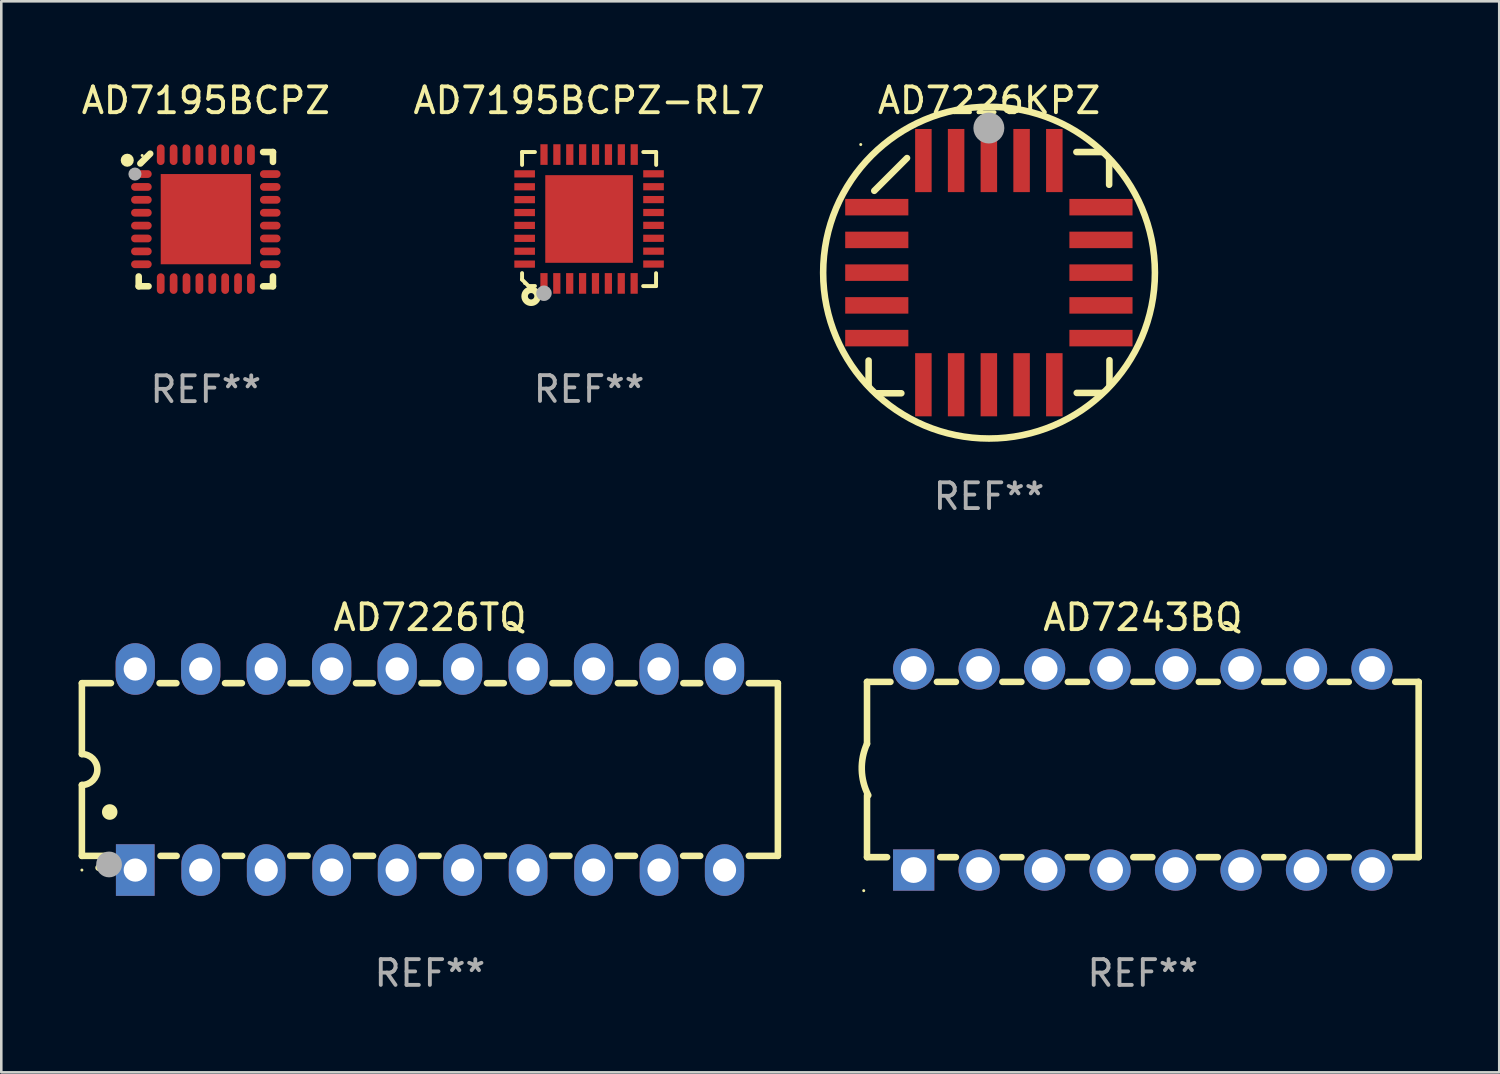
<source format=kicad_pcb>
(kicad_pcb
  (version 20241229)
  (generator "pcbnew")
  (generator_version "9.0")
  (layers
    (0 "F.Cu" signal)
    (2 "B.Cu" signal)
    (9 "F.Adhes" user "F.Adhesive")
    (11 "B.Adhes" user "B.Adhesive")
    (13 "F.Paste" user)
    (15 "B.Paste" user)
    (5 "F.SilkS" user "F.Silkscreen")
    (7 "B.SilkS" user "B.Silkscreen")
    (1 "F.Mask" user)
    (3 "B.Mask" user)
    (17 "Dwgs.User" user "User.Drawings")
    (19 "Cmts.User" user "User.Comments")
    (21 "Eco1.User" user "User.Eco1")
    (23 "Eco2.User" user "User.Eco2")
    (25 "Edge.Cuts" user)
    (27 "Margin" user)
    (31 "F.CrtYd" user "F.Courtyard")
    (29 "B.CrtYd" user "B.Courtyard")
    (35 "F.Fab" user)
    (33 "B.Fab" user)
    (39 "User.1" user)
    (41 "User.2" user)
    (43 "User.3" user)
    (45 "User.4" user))
  (footprint "AD7226TQ"
    (layer "F.Cu")
    (at 13.627 26.803)
    (property "Reference" "AD7226TQ" (at 0 -5.9 0) (layer "F.SilkS") (effects (font (size 1 1) (thickness 0.15))))
    (attr through_hole)
    (fp_line (start -13.5 -3.35) (end -12.373 -3.35) (stroke (width 0.254) (type solid)) (layer "F.SilkS"))
    (fp_line (start -13.5 -0.6) (end -13.5 -3.35) (stroke (width 0.254) (type solid)) (layer "F.SilkS"))
    (fp_line (start -13.5 3.35) (end -13.5 0.6) (stroke (width 0.254) (type solid)) (layer "F.SilkS"))
    (fp_line (start -13.5 3.35) (end -12.411 3.35) (stroke (width 0.254) (type solid)) (layer "F.SilkS"))
    (fp_line (start -10.487 -3.35) (end -9.833 -3.35) (stroke (width 0.254) (type solid)) (layer "F.SilkS"))
    (fp_line (start -10.449 3.35) (end -9.824 3.35) (stroke (width 0.254) (type solid)) (layer "F.SilkS"))
    (fp_line (start -7.956 3.35) (end -7.284 3.35) (stroke (width 0.254) (type solid)) (layer "F.SilkS"))
    (fp_line (start -7.947 -3.35) (end -7.293 -3.35) (stroke (width 0.254) (type solid)) (layer "F.SilkS"))
    (fp_line (start -5.416 3.35) (end -4.744 3.35) (stroke (width 0.254) (type solid)) (layer "F.SilkS"))
    (fp_line (start -5.407 -3.35) (end -4.753 -3.35) (stroke (width 0.254) (type solid)) (layer "F.SilkS"))
    (fp_line (start -2.876 3.35) (end -2.204 3.35) (stroke (width 0.254) (type solid)) (layer "F.SilkS"))
    (fp_line (start -2.867 -3.35) (end -2.213 -3.35) (stroke (width 0.254) (type solid)) (layer "F.SilkS"))
    (fp_line (start -0.336 3.35) (end 0.336 3.35) (stroke (width 0.254) (type solid)) (layer "F.SilkS"))
    (fp_line (start -0.327 -3.35) (end 0.327 -3.35) (stroke (width 0.254) (type solid)) (layer "F.SilkS"))
    (fp_line (start 2.204 3.35) (end 2.876 3.35) (stroke (width 0.254) (type solid)) (layer "F.SilkS"))
    (fp_line (start 2.213 -3.35) (end 2.867 -3.35) (stroke (width 0.254) (type solid)) (layer "F.SilkS"))
    (fp_line (start 4.744 3.35) (end 5.416 3.35) (stroke (width 0.254) (type solid)) (layer "F.SilkS"))
    (fp_line (start 4.753 -3.35) (end 5.407 -3.35) (stroke (width 0.254) (type solid)) (layer "F.SilkS"))
    (fp_line (start 7.284 3.35) (end 7.956 3.35) (stroke (width 0.254) (type solid)) (layer "F.SilkS"))
    (fp_line (start 7.293 -3.35) (end 7.947 -3.35) (stroke (width 0.254) (type solid)) (layer "F.SilkS"))
    (fp_line (start 9.824 3.35) (end 10.487 3.35) (stroke (width 0.254) (type solid)) (layer "F.SilkS"))
    (fp_line (start 9.833 -3.35) (end 10.487 -3.35) (stroke (width 0.254) (type solid)) (layer "F.SilkS"))
    (fp_line (start 12.373 -3.35) (end 13.5 -3.35) (stroke (width 0.254) (type solid)) (layer "F.SilkS"))
    (fp_line (start 12.373 3.35) (end 13.5 3.35) (stroke (width 0.254) (type solid)) (layer "F.SilkS"))
    (fp_line (start 13.5 -3.35) (end 13.5 3.35) (stroke (width 0.254) (type solid)) (layer "F.SilkS"))
    (fp_arc (start -13.500127 -0.599442) (mid -12.900406 0.000228) (end -13.500025 0.6) (stroke (width 0.254001) (type solid)) (layer "F.SilkS"))
    (fp_arc (start -12.854966 3.810008) (mid -12.854973 3.808738) (end -12.854966 3.807468) (stroke (width 0.25) (type solid)) (layer "F.SilkS"))
    (fp_arc (start -12.420625 1.651003) (mid -12.420636 1.648463) (end -12.420625 1.645923) (stroke (width 0.6) (type solid)) (layer "F.SilkS"))
    (fp_circle (center -13.5 3.9) (end -13.47 3.9) (stroke (width 0.06) (type solid)) (fill no) (layer "F.SilkS"))
    (fp_circle (center -12.446 3.683) (end -12.196 3.683) (stroke (width 0.5) (type solid)) (fill no) (layer "F.Fab"))
    (fp_text user "REF**" (at 0 7.9 0) (layer "F.Fab") (effects (font (size 1 1) (thickness 0.15))))
    (pad "1" thru_hole rect (at -11.43 3.9 90) (size 2 1.5) (drill 0.9) (layers "*.Cu" "*.Mask"))
    (pad "2" thru_hole oval (at -8.89 3.9 90) (size 2 1.5) (drill 0.9) (layers "*.Cu" "*.Mask"))
    (pad "3" thru_hole oval (at -6.35 3.9 90) (size 2 1.5) (drill 0.9) (layers "*.Cu" "*.Mask"))
    (pad "4" thru_hole oval (at -3.81 3.9 90) (size 2 1.5) (drill 0.9) (layers "*.Cu" "*.Mask"))
    (pad "5" thru_hole oval (at -1.27 3.9 90) (size 2 1.5) (drill 0.9) (layers "*.Cu" "*.Mask"))
    (pad "6" thru_hole oval (at 1.27 3.9 90) (size 2 1.5) (drill 0.9) (layers "*.Cu" "*.Mask"))
    (pad "7" thru_hole oval (at 3.81 3.9 90) (size 2 1.5) (drill 0.9) (layers "*.Cu" "*.Mask"))
    (pad "8" thru_hole oval (at 6.35 3.9 90) (size 2 1.5) (drill 0.9) (layers "*.Cu" "*.Mask"))
    (pad "9" thru_hole oval (at 8.89 3.9 90) (size 2 1.5) (drill 0.9) (layers "*.Cu" "*.Mask"))
    (pad "10" thru_hole oval (at 11.43 3.9 90) (size 2 1.524) (drill 0.9) (layers "*.Cu" "*.Mask"))
    (pad "11" thru_hole oval (at 11.43 -3.9 90) (size 2 1.524) (drill 0.9) (layers "*.Cu" "*.Mask"))
    (pad "12" thru_hole oval (at 8.89 -3.9 90) (size 2 1.524) (drill 0.9) (layers "*.Cu" "*.Mask"))
    (pad "13" thru_hole oval (at 6.35 -3.9 90) (size 2 1.524) (drill 0.9) (layers "*.Cu" "*.Mask"))
    (pad "14" thru_hole oval (at 3.81 -3.9 90) (size 2 1.524) (drill 0.9) (layers "*.Cu" "*.Mask"))
    (pad "15" thru_hole oval (at 1.27 -3.9 90) (size 2 1.524) (drill 0.9) (layers "*.Cu" "*.Mask"))
    (pad "16" thru_hole oval (at -1.27 -3.9 90) (size 2 1.524) (drill 0.9) (layers "*.Cu" "*.Mask"))
    (pad "17" thru_hole oval (at -3.81 -3.9 90) (size 2 1.524) (drill 0.9) (layers "*.Cu" "*.Mask"))
    (pad "18" thru_hole oval (at -6.35 -3.9 90) (size 2 1.524) (drill 0.9) (layers "*.Cu" "*.Mask"))
    (pad "19" thru_hole oval (at -8.89 -3.9 90) (size 2 1.524) (drill 0.9) (layers "*.Cu" "*.Mask"))
    (pad "20" thru_hole oval (at -11.43 -3.9 90) (size 2 1.524) (drill 0.9) (layers "*.Cu" "*.Mask")))
  (footprint "AD7195BCPZ"
    (layer "F.Cu")
    (at 4.935 5.452)
    (property "Reference" "AD7195BCPZ" (at 0 -4.604 0) (layer "F.SilkS") (effects (font (size 1 1) (thickness 0.15))))
    (attr through_hole)
    (fp_line (start -2.604 2.223) (end -2.604 2.604) (stroke (width 0.254) (type solid)) (layer "F.SilkS"))
    (fp_line (start -2.604 2.604) (end -2.223 2.604) (stroke (width 0.254) (type solid)) (layer "F.SilkS"))
    (fp_line (start -2.159 -2.54) (end -2.54 -2.159) (stroke (width 0.254) (type solid)) (layer "F.SilkS"))
    (fp_line (start 2.223 2.604) (end 2.604 2.604) (stroke (width 0.254) (type solid)) (layer "F.SilkS"))
    (fp_line (start 2.604 -2.604) (end 2.223 -2.604) (stroke (width 0.254) (type solid)) (layer "F.SilkS"))
    (fp_line (start 2.604 -2.223) (end 2.604 -2.604) (stroke (width 0.254) (type solid)) (layer "F.SilkS"))
    (fp_line (start 2.604 2.604) (end 2.604 2.223) (stroke (width 0.254) (type solid)) (layer "F.SilkS"))
    (fp_circle (center -3.048 -2.286) (end -2.921 -2.286) (stroke (width 0.254) (type solid)) (fill no) (layer "F.SilkS"))
    (fp_circle (center -2.47 -2.47) (end -2.44 -2.47) (stroke (width 0.06) (type solid)) (fill no) (layer "F.SilkS"))
    (fp_circle (center -2.75 -1.75) (end -2.623 -1.75) (stroke (width 0.254) (type solid)) (fill no) (layer "F.Fab"))
    (fp_text user "REF**" (at 0 6.604 0) (layer "F.Fab") (effects (font (size 1 1) (thickness 0.15))))
    (pad "1" smd oval (at -2.5 -1.75) (size 0.8 0.3) (layers "F.Cu" "F.Mask" "F.Paste"))
    (pad "2" smd oval (at -2.5 -1.25) (size 0.8 0.3) (layers "F.Cu" "F.Mask" "F.Paste"))
    (pad "3" smd oval (at -2.5 -0.75) (size 0.8 0.3) (layers "F.Cu" "F.Mask" "F.Paste"))
    (pad "4" smd oval (at -2.5 -0.25) (size 0.8 0.3) (layers "F.Cu" "F.Mask" "F.Paste"))
    (pad "5" smd oval (at -2.5 0.25) (size 0.8 0.3) (layers "F.Cu" "F.Mask" "F.Paste"))
    (pad "6" smd oval (at -2.5 0.75) (size 0.8 0.3) (layers "F.Cu" "F.Mask" "F.Paste"))
    (pad "7" smd oval (at -2.5 1.25) (size 0.8 0.3) (layers "F.Cu" "F.Mask" "F.Paste"))
    (pad "8" smd oval (at -2.5 1.75) (size 0.8 0.3) (layers "F.Cu" "F.Mask" "F.Paste"))
    (pad "9" smd oval (at -1.75 2.5) (size 0.3 0.8) (layers "F.Cu" "F.Mask" "F.Paste"))
    (pad "10" smd oval (at -1.25 2.5) (size 0.3 0.8) (layers "F.Cu" "F.Mask" "F.Paste"))
    (pad "11" smd oval (at -0.75 2.5) (size 0.3 0.8) (layers "F.Cu" "F.Mask" "F.Paste"))
    (pad "12" smd oval (at -0.25 2.5) (size 0.3 0.8) (layers "F.Cu" "F.Mask" "F.Paste"))
    (pad "13" smd oval (at 0.25 2.5) (size 0.3 0.8) (layers "F.Cu" "F.Mask" "F.Paste"))
    (pad "14" smd oval (at 0.75 2.5) (size 0.3 0.8) (layers "F.Cu" "F.Mask" "F.Paste"))
    (pad "15" smd oval (at 1.25 2.5) (size 0.3 0.8) (layers "F.Cu" "F.Mask" "F.Paste"))
    (pad "16" smd oval (at 1.75 2.5) (size 0.3 0.8) (layers "F.Cu" "F.Mask" "F.Paste"))
    (pad "17" smd oval (at 2.5 1.75) (size 0.8 0.3) (layers "F.Cu" "F.Mask" "F.Paste"))
    (pad "18" smd oval (at 2.5 1.25) (size 0.8 0.3) (layers "F.Cu" "F.Mask" "F.Paste"))
    (pad "19" smd oval (at 2.5 0.75) (size 0.8 0.3) (layers "F.Cu" "F.Mask" "F.Paste"))
    (pad "20" smd oval (at 2.5 0.25) (size 0.8 0.3) (layers "F.Cu" "F.Mask" "F.Paste"))
    (pad "21" smd oval (at 2.5 -0.25) (size 0.8 0.3) (layers "F.Cu" "F.Mask" "F.Paste"))
    (pad "22" smd oval (at 2.5 -0.75) (size 0.8 0.3) (layers "F.Cu" "F.Mask" "F.Paste"))
    (pad "23" smd oval (at 2.5 -1.25) (size 0.8 0.3) (layers "F.Cu" "F.Mask" "F.Paste"))
    (pad "24" smd oval (at 2.5 -1.75) (size 0.8 0.3) (layers "F.Cu" "F.Mask" "F.Paste"))
    (pad "25" smd oval (at 1.75 -2.5) (size 0.3 0.8) (layers "F.Cu" "F.Mask" "F.Paste"))
    (pad "26" smd oval (at 1.25 -2.5) (size 0.3 0.8) (layers "F.Cu" "F.Mask" "F.Paste"))
    (pad "27" smd oval (at 0.75 -2.5) (size 0.3 0.8) (layers "F.Cu" "F.Mask" "F.Paste"))
    (pad "28" smd oval (at 0.25 -2.5) (size 0.3 0.8) (layers "F.Cu" "F.Mask" "F.Paste"))
    (pad "29" smd oval (at -0.25 -2.5) (size 0.3 0.8) (layers "F.Cu" "F.Mask" "F.Paste"))
    (pad "30" smd oval (at -0.75 -2.5) (size 0.3 0.8) (layers "F.Cu" "F.Mask" "F.Paste"))
    (pad "31" smd oval (at -1.25 -2.5) (size 0.3 0.8) (layers "F.Cu" "F.Mask" "F.Paste"))
    (pad "32" smd oval (at -1.75 -2.5) (size 0.3 0.8) (layers "F.Cu" "F.Mask" "F.Paste"))
    (pad "33" smd rect (at 0.000102 -0.000025) (size 3.5 3.5) (layers "F.Cu" "F.Mask" "F.Paste")))
  (footprint "AD7195BCPZ-RL7"
    (layer "F.Cu")
    (at 19.804 5.448)
    (property "Reference" "AD7195BCPZ-RL7" (at 0 -4.6 0) (layer "F.SilkS") (effects (font (size 1 1) (thickness 0.15))))
    (attr through_hole)
    (fp_line (start -2.601 2.097) (end -2.601 2.347) (stroke (width 0.152) (type solid)) (layer "F.SilkS"))
    (fp_line (start -2.601 2.347) (end -2.351 2.597) (stroke (width 0.152) (type solid)) (layer "F.SilkS"))
    (fp_line (start -2.601 -2.6) (end -2.601 -2.1) (stroke (width 0.152) (type solid)) (layer "F.SilkS"))
    (fp_line (start -2.601 -2.6) (end -2.101 -2.6) (stroke (width 0.152) (type solid)) (layer "F.SilkS"))
    (fp_line (start -2.351 2.597) (end -2.101 2.597) (stroke (width 0.152) (type solid)) (layer "F.SilkS"))
    (fp_line (start 2.597 2.6) (end 2.097 2.6) (stroke (width 0.152) (type solid)) (layer "F.SilkS"))
    (fp_line (start 2.597 2.6) (end 2.597 2.1) (stroke (width 0.152) (type solid)) (layer "F.SilkS"))
    (fp_line (start 2.601 -2.6) (end 2.101 -2.6) (stroke (width 0.152) (type solid)) (layer "F.SilkS"))
    (fp_line (start 2.601 -2.6) (end 2.601 -2.1) (stroke (width 0.152) (type solid)) (layer "F.SilkS"))
    (fp_circle (center -2.501 2.497) (end -2.471 2.497) (stroke (width 0.06) (type solid)) (fill no) (layer "F.SilkS"))
    (fp_circle (center -2.25 2.995) (end -2.125 2.995) (stroke (width 0.254) (type solid)) (fill no) (layer "F.SilkS"))
    (fp_circle (center -1.751 2.878) (end -1.601 2.878) (stroke (width 0.3) (type solid)) (fill no) (layer "F.Fab"))
    (fp_text user "REF**" (at 0 6.6 0) (layer "F.Fab") (effects (font (size 1 1) (thickness 0.15))))
    (pad "1" smd rect (at -1.751 2.497) (size 0.28 0.8) (layers "F.Cu" "F.Mask" "F.Paste"))
    (pad "2" smd rect (at -1.253 2.497) (size 0.28 0.8) (layers "F.Cu" "F.Mask" "F.Paste"))
    (pad "3" smd rect (at -0.753 2.497) (size 0.28 0.8) (layers "F.Cu" "F.Mask" "F.Paste"))
    (pad "4" smd rect (at -0.253 2.497) (size 0.28 0.8) (layers "F.Cu" "F.Mask" "F.Paste"))
    (pad "5" smd rect (at 0.247 2.497) (size 0.28 0.8) (layers "F.Cu" "F.Mask" "F.Paste"))
    (pad "6" smd rect (at 0.747 2.497) (size 0.28 0.8) (layers "F.Cu" "F.Mask" "F.Paste"))
    (pad "7" smd rect (at 1.247 2.497) (size 0.28 0.8) (layers "F.Cu" "F.Mask" "F.Paste"))
    (pad "8" smd rect (at 1.747 2.497) (size 0.28 0.8) (layers "F.Cu" "F.Mask" "F.Paste"))
    (pad "9" smd rect (at 2.499 1.746) (size 0.8 0.28) (layers "F.Cu" "F.Mask" "F.Paste"))
    (pad "10" smd rect (at 2.499 1.245) (size 0.8 0.28) (layers "F.Cu" "F.Mask" "F.Paste"))
    (pad "11" smd rect (at 2.499 0.746) (size 0.8 0.28) (layers "F.Cu" "F.Mask" "F.Paste"))
    (pad "12" smd rect (at 2.499 0.245) (size 0.8 0.28) (layers "F.Cu" "F.Mask" "F.Paste"))
    (pad "13" smd rect (at 2.499 -0.254) (size 0.8 0.28) (layers "F.Cu" "F.Mask" "F.Paste"))
    (pad "14" smd rect (at 2.499 -0.755) (size 0.8 0.28) (layers "F.Cu" "F.Mask" "F.Paste"))
    (pad "15" smd rect (at 2.499 -1.254) (size 0.8 0.28) (layers "F.Cu" "F.Mask" "F.Paste"))
    (pad "16" smd rect (at 2.499 -1.755) (size 0.8 0.28) (layers "F.Cu" "F.Mask" "F.Paste"))
    (pad "17" smd rect (at 1.75 -2.502) (size 0.28 0.8) (layers "F.Cu" "F.Mask" "F.Paste"))
    (pad "18" smd rect (at 1.25 -2.502) (size 0.28 0.8) (layers "F.Cu" "F.Mask" "F.Paste"))
    (pad "19" smd rect (at 0.75 -2.502) (size 0.28 0.8) (layers "F.Cu" "F.Mask" "F.Paste"))
    (pad "20" smd rect (at 0.25 -2.502) (size 0.28 0.8) (layers "F.Cu" "F.Mask" "F.Paste"))
    (pad "21" smd rect (at -0.25 -2.502) (size 0.28 0.8) (layers "F.Cu" "F.Mask" "F.Paste"))
    (pad "22" smd rect (at -0.75 -2.502) (size 0.28 0.8) (layers "F.Cu" "F.Mask" "F.Paste"))
    (pad "23" smd rect (at -1.25 -2.502) (size 0.28 0.8) (layers "F.Cu" "F.Mask" "F.Paste"))
    (pad "24" smd rect (at -1.75 -2.502) (size 0.28 0.8) (layers "F.Cu" "F.Mask" "F.Paste"))
    (pad "25" smd rect (at -2.501 -1.753) (size 0.8 0.28) (layers "F.Cu" "F.Mask" "F.Paste"))
    (pad "26" smd rect (at -2.501 -1.252) (size 0.8 0.28) (layers "F.Cu" "F.Mask" "F.Paste"))
    (pad "27" smd rect (at -2.501 -0.753) (size 0.8 0.28) (layers "F.Cu" "F.Mask" "F.Paste"))
    (pad "28" smd rect (at -2.501 -0.252) (size 0.8 0.28) (layers "F.Cu" "F.Mask" "F.Paste"))
    (pad "29" smd rect (at -2.501 0.247) (size 0.8 0.28) (layers "F.Cu" "F.Mask" "F.Paste"))
    (pad "30" smd rect (at -2.501 0.748) (size 0.8 0.28) (layers "F.Cu" "F.Mask" "F.Paste"))
    (pad "31" smd rect (at -2.501 1.247) (size 0.8 0.28) (layers "F.Cu" "F.Mask" "F.Paste"))
    (pad "32" smd rect (at -2.501 1.748) (size 0.8 0.28) (layers "F.Cu" "F.Mask" "F.Paste"))
    (pad "33" smd rect (at -0.001 -0.003 180) (size 3.4 3.4) (layers "F.Cu" "F.Mask" "F.Paste")))
  (footprint "AD7243BQ"
    (layer "F.Cu")
    (at 41.285 26.803)
    (property "Reference" "AD7243BQ" (at 0 -5.9 0) (layer "F.SilkS") (effects (font (size 1 1) (thickness 0.15))))
    (attr through_hole)
    (fp_line (start -10.7 -3.4) (end -9.791 -3.4) (stroke (width 0.254) (type solid)) (layer "F.SilkS"))
    (fp_line (start -10.7 -0.998) (end -10.7 -3.4) (stroke (width 0.254) (type solid)) (layer "F.SilkS"))
    (fp_line (start -10.7 3.4) (end -10.7 1) (stroke (width 0.254) (type solid)) (layer "F.SilkS"))
    (fp_line (start -10.7 3.4) (end -9.921 3.4) (stroke (width 0.254) (type solid)) (layer "F.SilkS"))
    (fp_line (start -7.988 -3.4) (end -7.251 -3.4) (stroke (width 0.254) (type solid)) (layer "F.SilkS"))
    (fp_line (start -7.859 3.4) (end -7.251 3.4) (stroke (width 0.254) (type solid)) (layer "F.SilkS"))
    (fp_line (start -5.448 -3.4) (end -4.711 -3.4) (stroke (width 0.254) (type solid)) (layer "F.SilkS"))
    (fp_line (start -5.448 3.4) (end -4.711 3.4) (stroke (width 0.254) (type solid)) (layer "F.SilkS"))
    (fp_line (start -2.908 -3.4) (end -2.171 -3.4) (stroke (width 0.254) (type solid)) (layer "F.SilkS"))
    (fp_line (start -2.908 3.4) (end -2.171 3.4) (stroke (width 0.254) (type solid)) (layer "F.SilkS"))
    (fp_line (start -0.368 -3.4) (end 0.369 -3.4) (stroke (width 0.254) (type solid)) (layer "F.SilkS"))
    (fp_line (start -0.368 3.4) (end 0.369 3.4) (stroke (width 0.254) (type solid)) (layer "F.SilkS"))
    (fp_line (start 2.172 -3.4) (end 2.909 -3.4) (stroke (width 0.254) (type solid)) (layer "F.SilkS"))
    (fp_line (start 2.172 3.4) (end 2.909 3.4) (stroke (width 0.254) (type solid)) (layer "F.SilkS"))
    (fp_line (start 4.712 -3.4) (end 5.449 -3.4) (stroke (width 0.254) (type solid)) (layer "F.SilkS"))
    (fp_line (start 4.712 3.4) (end 5.449 3.4) (stroke (width 0.254) (type solid)) (layer "F.SilkS"))
    (fp_line (start 7.252 -3.4) (end 7.989 -3.4) (stroke (width 0.254) (type solid)) (layer "F.SilkS"))
    (fp_line (start 7.252 3.4) (end 7.989 3.4) (stroke (width 0.254) (type solid)) (layer "F.SilkS"))
    (fp_line (start 9.792 -3.4) (end 10.7 -3.4) (stroke (width 0.254) (type solid)) (layer "F.SilkS"))
    (fp_line (start 9.792 3.4) (end 10.7 3.4) (stroke (width 0.254) (type solid)) (layer "F.SilkS"))
    (fp_line (start 10.7 3.4) (end 10.7 -3.4) (stroke (width 0.254) (type solid)) (layer "F.SilkS"))
    (fp_arc (start -10.649962 0.99995) (mid -10.90314 0.005668) (end -10.699975 -1.000025) (stroke (width 0.254001) (type solid)) (layer "F.SilkS"))
    (fp_circle (center -10.827 4.7) (end -10.797 4.7) (stroke (width 0.06) (type solid)) (fill no) (layer "F.SilkS"))
    (fp_text user "REF**" (at 0 7.9 0) (layer "F.Fab") (effects (font (size 1 1) (thickness 0.15))))
    (pad "1" thru_hole rect (at -8.89 3.9 90) (size 1.6 1.6) (drill 1) (layers "*.Cu" "*.Mask"))
    (pad "2" thru_hole circle (at -6.35 3.9) (size 1.6 1.6) (drill 1) (layers "*.Cu" "*.Mask"))
    (pad "3" thru_hole circle (at -3.81 3.9) (size 1.6 1.6) (drill 1) (layers "*.Cu" "*.Mask"))
    (pad "4" thru_hole circle (at -1.27 3.9) (size 1.6 1.6) (drill 1) (layers "*.Cu" "*.Mask"))
    (pad "5" thru_hole circle (at 1.27 3.9) (size 1.6 1.6) (drill 1) (layers "*.Cu" "*.Mask"))
    (pad "6" thru_hole circle (at 3.81 3.9) (size 1.6 1.6) (drill 1) (layers "*.Cu" "*.Mask"))
    (pad "7" thru_hole circle (at 6.35 3.9) (size 1.6 1.6) (drill 1) (layers "*.Cu" "*.Mask"))
    (pad "8" thru_hole circle (at 8.89 3.9) (size 1.6 1.6) (drill 1) (layers "*.Cu" "*.Mask"))
    (pad "9" thru_hole circle (at 8.89 -3.9) (size 1.6 1.6) (drill 1) (layers "*.Cu" "*.Mask"))
    (pad "10" thru_hole circle (at 6.35 -3.9) (size 1.6 1.6) (drill 1) (layers "*.Cu" "*.Mask"))
    (pad "11" thru_hole circle (at 3.81 -3.9) (size 1.6 1.6) (drill 1) (layers "*.Cu" "*.Mask"))
    (pad "12" thru_hole circle (at 1.27 -3.9) (size 1.6 1.6) (drill 1) (layers "*.Cu" "*.Mask"))
    (pad "13" thru_hole circle (at -1.27 -3.9) (size 1.6 1.6) (drill 1) (layers "*.Cu" "*.Mask"))
    (pad "14" thru_hole circle (at -3.81 -3.9) (size 1.6 1.6) (drill 1) (layers "*.Cu" "*.Mask"))
    (pad "15" thru_hole circle (at -6.35 -3.9) (size 1.6 1.6) (drill 1) (layers "*.Cu" "*.Mask"))
    (pad "16" thru_hole circle (at -8.89 -3.9) (size 1.6 1.6) (drill 1) (layers "*.Cu" "*.Mask")))
  (footprint "AD7226KPZ"
    (layer "F.Cu")
    (at 35.319 7.527)
    (property "Reference" "AD7226KPZ" (at 0 -6.679 0) (layer "F.SilkS") (effects (font (size 1 1) (thickness 0.15))))
    (attr through_hole)
    (fp_line (start -4.672 4.4) (end -4.672 3.409) (stroke (width 0.254) (type solid)) (layer "F.SilkS"))
    (fp_line (start -4.452 -3.175) (end -3.182 -4.445) (stroke (width 0.254) (type solid)) (layer "F.SilkS"))
    (fp_line (start -4.393 4.679) (end -3.402 4.679) (stroke (width 0.254) (type solid)) (layer "F.SilkS"))
    (fp_line (start 4.379 -4.679) (end 3.389 -4.679) (stroke (width 0.254) (type solid)) (layer "F.SilkS"))
    (fp_line (start 4.393 4.666) (end 3.402 4.666) (stroke (width 0.254) (type solid)) (layer "F.SilkS"))
    (fp_line (start 4.659 -4.4) (end 4.659 -3.409) (stroke (width 0.254) (type solid)) (layer "F.SilkS"))
    (fp_line (start 4.672 4.386) (end 4.672 3.396) (stroke (width 0.254) (type solid)) (layer "F.SilkS"))
    (fp_arc (start -4.672276 4.424968) (mid 4.672254 -4.424946) (end -4.672276 4.424968) (stroke (width 0.254001) (type solid)) (layer "F.SilkS"))
    (fp_arc (start 0.089827 -5.759969) (mid 0.097662 -5.803742) (end 0.120307 -5.842012) (stroke (width 0.249936) (type solid)) (layer "F.SilkS"))
    (fp_circle (center -4.977 -4.97) (end -4.947 -4.97) (stroke (width 0.06) (type solid)) (fill no) (layer "F.SilkS"))
    (fp_circle (center -0.007 -5.61) (end 0.293 -5.61) (stroke (width 0.6) (type solid)) (fill no) (layer "F.Fab"))
    (fp_text user "REF**" (at 0 8.679 0) (layer "F.Fab") (effects (font (size 1 1) (thickness 0.15))))
    (pad "1" smd rect (at -0.007 -4.349) (size 0.64 2.45) (layers "F.Cu" "F.Mask" "F.Paste"))
    (pad "2" smd rect (at -1.277 -4.349) (size 0.64 2.45) (layers "F.Cu" "F.Mask" "F.Paste"))
    (pad "3" smd rect (at -2.547 -4.348) (size 0.64 2.45) (layers "F.Cu" "F.Mask" "F.Paste"))
    (pad "4" smd rect (at -4.355 -2.54) (size 2.45 0.64) (layers "F.Cu" "F.Mask" "F.Paste"))
    (pad "5" smd rect (at -4.355 -1.27) (size 2.45 0.64) (layers "F.Cu" "F.Mask" "F.Paste"))
    (pad "6" smd rect (at -4.355 0) (size 2.45 0.64) (layers "F.Cu" "F.Mask" "F.Paste"))
    (pad "7" smd rect (at -4.355 1.27) (size 2.45 0.64) (layers "F.Cu" "F.Mask" "F.Paste"))
    (pad "8" smd rect (at -4.355 2.54) (size 2.45 0.64) (layers "F.Cu" "F.Mask" "F.Paste"))
    (pad "9" smd rect (at -2.547 4.349) (size 0.64 2.45) (layers "F.Cu" "F.Mask" "F.Paste"))
    (pad "10" smd rect (at -1.277 4.349) (size 0.64 2.45) (layers "F.Cu" "F.Mask" "F.Paste"))
    (pad "11" smd rect (at -0.007 4.349) (size 0.64 2.45) (layers "F.Cu" "F.Mask" "F.Paste"))
    (pad "12" smd rect (at 1.263 4.349) (size 0.64 2.45) (layers "F.Cu" "F.Mask" "F.Paste"))
    (pad "13" smd rect (at 2.533 4.349) (size 0.64 2.45) (layers "F.Cu" "F.Mask" "F.Paste"))
    (pad "14" smd rect (at 4.342 2.54) (size 2.45 0.64) (layers "F.Cu" "F.Mask" "F.Paste"))
    (pad "15" smd rect (at 4.342 1.27) (size 2.45 0.64) (layers "F.Cu" "F.Mask" "F.Paste"))
    (pad "16" smd rect (at 4.342 0) (size 2.45 0.64) (layers "F.Cu" "F.Mask" "F.Paste"))
    (pad "17" smd rect (at 4.342 -1.27) (size 2.45 0.64) (layers "F.Cu" "F.Mask" "F.Paste"))
    (pad "18" smd rect (at 4.342 -2.54) (size 2.45 0.64) (layers "F.Cu" "F.Mask" "F.Paste"))
    (pad "19" smd rect (at 2.533 -4.349) (size 0.64 2.45) (layers "F.Cu" "F.Mask" "F.Paste"))
    (pad "20" smd rect (at 1.263 -4.349) (size 0.64 2.45) (layers "F.Cu" "F.Mask" "F.Paste")))
  (gr_rect
    (start -3 -3)
    (end 55.112 38.551)
    (stroke (width 0.1) (type default))
    (fill no)
    (layer "Edge.Cuts")))
</source>
